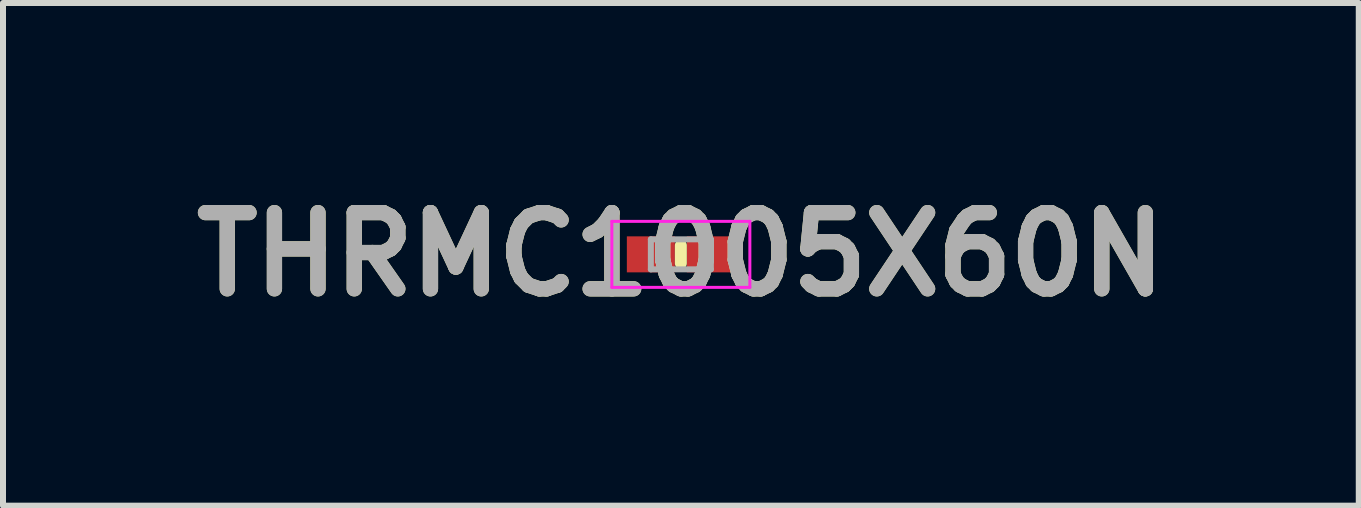
<source format=kicad_pcb>
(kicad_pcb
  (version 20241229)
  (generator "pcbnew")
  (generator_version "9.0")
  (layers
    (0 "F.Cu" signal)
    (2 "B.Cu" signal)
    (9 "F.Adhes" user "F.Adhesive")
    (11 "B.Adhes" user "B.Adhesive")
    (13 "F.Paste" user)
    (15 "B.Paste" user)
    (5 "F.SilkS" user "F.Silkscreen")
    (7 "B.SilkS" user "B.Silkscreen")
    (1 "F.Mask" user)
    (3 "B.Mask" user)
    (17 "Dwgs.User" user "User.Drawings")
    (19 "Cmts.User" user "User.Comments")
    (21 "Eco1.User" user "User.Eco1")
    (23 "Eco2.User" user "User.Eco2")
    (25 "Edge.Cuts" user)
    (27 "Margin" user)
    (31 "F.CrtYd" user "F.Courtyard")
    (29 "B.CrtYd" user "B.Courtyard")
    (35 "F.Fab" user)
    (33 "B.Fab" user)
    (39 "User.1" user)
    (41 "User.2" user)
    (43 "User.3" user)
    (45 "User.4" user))
  (footprint "THRMC1005X60N"
    (layer "F.Cu")
    (at 8.297 1.189)
    (property "Reference" "THRMC1005X60N" (at 0 0 0) (layer "F.SilkS") (effects (font (size 1.27 1.27) (thickness 0.254))))
    (attr smd)
    (fp_line (start 0 -0.15) (end 0 0.15) (stroke (width 0.2) (type solid)) (layer "F.SilkS"))
    (fp_line (start -1.15 -0.55) (end 1.15 -0.55) (stroke (width 0.05) (type solid)) (layer "F.CrtYd"))
    (fp_line (start -1.15 0.55) (end -1.15 -0.55) (stroke (width 0.05) (type solid)) (layer "F.CrtYd"))
    (fp_line (start 1.15 -0.55) (end 1.15 0.55) (stroke (width 0.05) (type solid)) (layer "F.CrtYd"))
    (fp_line (start 1.15 0.55) (end -1.15 0.55) (stroke (width 0.05) (type solid)) (layer "F.CrtYd"))
    (fp_line (start -0.5 -0.25) (end 0.5 -0.25) (stroke (width 0.1) (type solid)) (layer "F.Fab"))
    (fp_line (start -0.5 0.25) (end -0.5 -0.25) (stroke (width 0.1) (type solid)) (layer "F.Fab"))
    (fp_line (start 0.5 -0.25) (end 0.5 0.25) (stroke (width 0.1) (type solid)) (layer "F.Fab"))
    (fp_line (start 0.5 0.25) (end -0.5 0.25) (stroke (width 0.1) (type solid)) (layer "F.Fab"))
    (fp_text user "${REFERENCE}" (at 0 0 0) (layer "F.Fab") (effects (font (size 1.27 1.27) (thickness 0.254))))
    (pad "1" smd rect (at -0.5 0 90) (size 0.6 0.8) (layers "F.Cu" "F.Mask" "F.Paste"))
    (pad "2" smd rect (at 0.5 0 90) (size 0.6 0.8) (layers "F.Cu" "F.Mask" "F.Paste")))
  (gr_rect
    (start -3 -3)
    (end 19.595 5.377)
    (stroke (width 0.1) (type default))
    (fill no)
    (layer "Edge.Cuts")))
</source>
